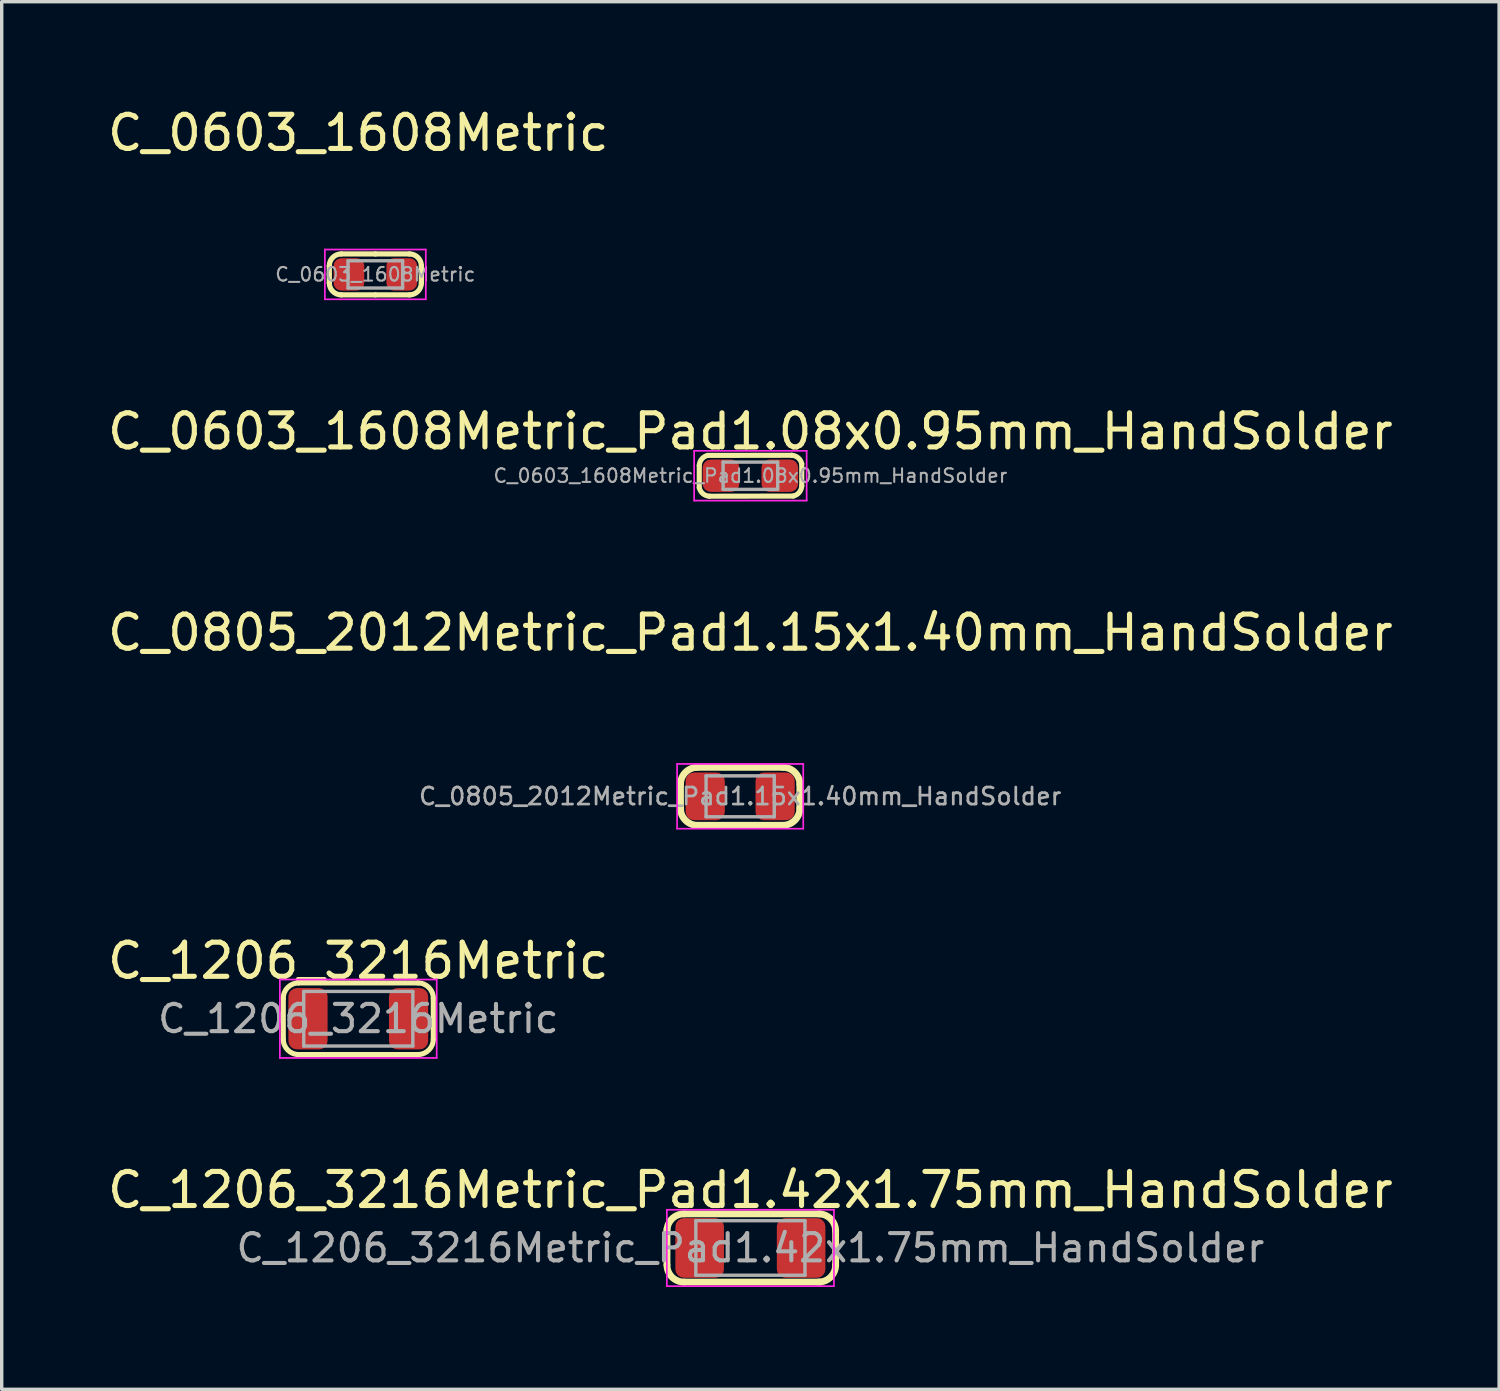
<source format=kicad_pcb>
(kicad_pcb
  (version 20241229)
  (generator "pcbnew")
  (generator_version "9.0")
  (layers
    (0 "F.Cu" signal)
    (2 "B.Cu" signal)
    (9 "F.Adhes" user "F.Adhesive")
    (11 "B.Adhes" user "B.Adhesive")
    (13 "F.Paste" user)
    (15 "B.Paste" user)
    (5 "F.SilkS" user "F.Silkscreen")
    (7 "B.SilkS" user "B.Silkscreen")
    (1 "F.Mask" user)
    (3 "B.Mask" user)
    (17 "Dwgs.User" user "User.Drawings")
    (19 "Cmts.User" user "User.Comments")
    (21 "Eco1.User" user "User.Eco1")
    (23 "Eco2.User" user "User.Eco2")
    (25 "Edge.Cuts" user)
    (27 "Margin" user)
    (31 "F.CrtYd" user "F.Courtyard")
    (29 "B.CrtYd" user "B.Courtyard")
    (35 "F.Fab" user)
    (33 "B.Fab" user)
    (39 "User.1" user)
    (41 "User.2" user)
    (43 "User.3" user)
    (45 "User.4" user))
  (footprint "C_0603_1608Metric"
    (layer "F.Cu")
    (at 7.958 4.998)
    (property "Reference" "C_0603_1608Metric" (at -0.5 -4.15 0) (layer "F.SilkS") (effects (font (size 1 1) (thickness 0.15))))
    (attr smd)
    (fp_line (start -1.35 0) (end -1.35 -0.25) (stroke (width 0.153) (type solid)) (layer "F.SilkS"))
    (fp_line (start -1.35 0) (end -1.35 0.25) (stroke (width 0.153) (type solid)) (layer "F.SilkS"))
    (fp_line (start -1 -0.6) (end 0 -0.6) (stroke (width 0.153) (type solid)) (layer "F.SilkS"))
    (fp_line (start -1 0.6) (end 0 0.6) (stroke (width 0.153) (type solid)) (layer "F.SilkS"))
    (fp_line (start 1 -0.6) (end 0 -0.6) (stroke (width 0.153) (type solid)) (layer "F.SilkS"))
    (fp_line (start 1 0.6) (end 0 0.6) (stroke (width 0.153) (type solid)) (layer "F.SilkS"))
    (fp_line (start 1.35 0) (end 1.35 -0.25) (stroke (width 0.153) (type solid)) (layer "F.SilkS"))
    (fp_line (start 1.35 0) (end 1.35 0.25) (stroke (width 0.153) (type solid)) (layer "F.SilkS"))
    (fp_arc (start -1.35 -0.25) (mid -1.247487 -0.497487) (end -1 -0.6) (stroke (width 0.153) (type solid)) (layer "F.SilkS"))
    (fp_arc (start -1 0.6) (mid -1.247487 0.497487) (end -1.35 0.25) (stroke (width 0.153) (type solid)) (layer "F.SilkS"))
    (fp_arc (start 1 -0.6) (mid 1.247487 -0.497487) (end 1.35 -0.25) (stroke (width 0.153) (type solid)) (layer "F.SilkS"))
    (fp_arc (start 1.35 0.25) (mid 1.247487 0.497487) (end 1 0.6) (stroke (width 0.153) (type solid)) (layer "F.SilkS"))
    (fp_line (start -1.48 -0.73) (end 1.48 -0.73) (stroke (width 0.05) (type solid)) (layer "F.CrtYd"))
    (fp_line (start -1.48 0.73) (end -1.48 -0.73) (stroke (width 0.05) (type solid)) (layer "F.CrtYd"))
    (fp_line (start 1.48 -0.73) (end 1.48 0.73) (stroke (width 0.05) (type solid)) (layer "F.CrtYd"))
    (fp_line (start 1.48 0.73) (end -1.48 0.73) (stroke (width 0.05) (type solid)) (layer "F.CrtYd"))
    (fp_line (start -0.8 -0.4) (end 0.8 -0.4) (stroke (width 0.1) (type solid)) (layer "F.Fab"))
    (fp_line (start -0.8 0.4) (end -0.8 -0.4) (stroke (width 0.1) (type solid)) (layer "F.Fab"))
    (fp_line (start 0.8 -0.4) (end 0.8 0.4) (stroke (width 0.1) (type solid)) (layer "F.Fab"))
    (fp_line (start 0.8 0.4) (end -0.8 0.4) (stroke (width 0.1) (type solid)) (layer "F.Fab"))
    (fp_text user "${REFERENCE}" (at 0 0 0) (layer "F.Fab") (effects (font (size 0.4 0.4) (thickness 0.06))))
    (pad "1" smd roundrect (at -0.775 0) (size 0.9 0.95) (layers "F.Cu" "F.Mask" "F.Paste") (roundrect_rratio 0.25))
    (pad "2" smd roundrect (at 0.775 0) (size 0.9 0.95) (layers "F.Cu" "F.Mask" "F.Paste") (roundrect_rratio 0.25)))
  (footprint "C_1206_3216Metric_Pad1.42x1.75mm_HandSolder"
    (layer "F.Cu")
    (at 18.958 33.551)
    (property "Reference" "C_1206_3216Metric_Pad1.42x1.75mm_HandSolder" (at 0 -1.7 0) (layer "F.SilkS") (effects (font (size 1 1) (thickness 0.15))))
    (attr smd)
    (fp_line (start -2.446 0.5) (end -2.446 -0.554) (stroke (width 0.2) (type solid)) (layer "F.SilkS"))
    (fp_line (start -1.946 -1) (end 2.05 -1) (stroke (width 0.2) (type solid)) (layer "F.SilkS"))
    (fp_line (start -1.946 1) (end 2.05 1) (stroke (width 0.2) (type solid)) (layer "F.SilkS"))
    (fp_line (start 2.5 0.5) (end 2.5 -0.5) (stroke (width 0.2) (type solid)) (layer "F.SilkS"))
    (fp_arc (start -2.446447 -0.5) (mid -2.3 -0.853553) (end -1.946447 -1) (stroke (width 0.2) (type solid)) (layer "F.SilkS"))
    (fp_arc (start -1.946447 1) (mid -2.3 0.853553) (end -2.446447 0.5) (stroke (width 0.2) (type solid)) (layer "F.SilkS"))
    (fp_arc (start 2 -1) (mid 2.353553 -0.853553) (end 2.5 -0.5) (stroke (width 0.2) (type solid)) (layer "F.SilkS"))
    (fp_arc (start 2.5 0.5) (mid 2.353555 0.853556) (end 2 1) (stroke (width 0.2) (type solid)) (layer "F.SilkS"))
    (fp_line (start -2.45 -1.12) (end 2.45 -1.12) (stroke (width 0.05) (type solid)) (layer "F.CrtYd"))
    (fp_line (start -2.45 1.12) (end -2.45 -1.12) (stroke (width 0.05) (type solid)) (layer "F.CrtYd"))
    (fp_line (start 2.45 -1.12) (end 2.45 1.12) (stroke (width 0.05) (type solid)) (layer "F.CrtYd"))
    (fp_line (start 2.45 1.12) (end -2.45 1.12) (stroke (width 0.05) (type solid)) (layer "F.CrtYd"))
    (fp_line (start -1.6 -0.8) (end 1.6 -0.8) (stroke (width 0.1) (type solid)) (layer "F.Fab"))
    (fp_line (start -1.6 0.8) (end -1.6 -0.8) (stroke (width 0.1) (type solid)) (layer "F.Fab"))
    (fp_line (start 1.6 -0.8) (end 1.6 0.8) (stroke (width 0.1) (type solid)) (layer "F.Fab"))
    (fp_line (start 1.6 0.8) (end -1.6 0.8) (stroke (width 0.1) (type solid)) (layer "F.Fab"))
    (fp_text user "${REFERENCE}" (at 0 0 0) (layer "F.Fab") (effects (font (size 0.8 0.8) (thickness 0.12))))
    (pad "1" smd roundrect (at -1.488 0) (size 1.425 1.75) (layers "F.Cu" "F.Mask" "F.Paste") (roundrect_rratio 0.175))
    (pad "2" smd roundrect (at 1.488 0) (size 1.425 1.75) (layers "F.Cu" "F.Mask" "F.Paste") (roundrect_rratio 0.175)))
  (footprint "C_1206_3216Metric"
    (layer "F.Cu")
    (at 7.458 26.828)
    (property "Reference" "C_1206_3216Metric" (at 0 -1.7 0) (layer "F.SilkS") (effects (font (size 1 1) (thickness 0.15))))
    (attr smd)
    (fp_line (start -2.2 0.6) (end -2.2 -0.6) (stroke (width 0.15) (type solid)) (layer "F.SilkS"))
    (fp_line (start -1.75 -1.05) (end 1.75 -1.05) (stroke (width 0.15) (type solid)) (layer "F.SilkS"))
    (fp_line (start 1.75 1.05) (end -1.75 1.05) (stroke (width 0.15) (type solid)) (layer "F.SilkS"))
    (fp_line (start 2.2 0.6) (end 2.2 -0.6) (stroke (width 0.15) (type solid)) (layer "F.SilkS"))
    (fp_arc (start -2.2 -0.6) (mid -2.068198 -0.918198) (end -1.75 -1.05) (stroke (width 0.15) (type solid)) (layer "F.SilkS"))
    (fp_arc (start -1.75 1.05) (mid -2.068198 0.918198) (end -2.2 0.6) (stroke (width 0.15) (type solid)) (layer "F.SilkS"))
    (fp_arc (start 1.75 -1.05) (mid 2.068198 -0.918198) (end 2.2 -0.6) (stroke (width 0.15) (type solid)) (layer "F.SilkS"))
    (fp_arc (start 2.2 0.6) (mid 2.068198 0.918198) (end 1.75 1.05) (stroke (width 0.15) (type solid)) (layer "F.SilkS"))
    (fp_line (start -2.3 -1.15) (end 2.3 -1.15) (stroke (width 0.05) (type solid)) (layer "F.CrtYd"))
    (fp_line (start -2.3 1.15) (end -2.3 -1.15) (stroke (width 0.05) (type solid)) (layer "F.CrtYd"))
    (fp_line (start 2.3 -1.15) (end 2.3 1.15) (stroke (width 0.05) (type solid)) (layer "F.CrtYd"))
    (fp_line (start 2.3 1.15) (end -2.3 1.15) (stroke (width 0.05) (type solid)) (layer "F.CrtYd"))
    (fp_line (start -1.6 -0.8) (end 1.6 -0.8) (stroke (width 0.1) (type solid)) (layer "F.Fab"))
    (fp_line (start -1.6 0.8) (end -1.6 -0.8) (stroke (width 0.1) (type solid)) (layer "F.Fab"))
    (fp_line (start 1.6 -0.8) (end 1.6 0.8) (stroke (width 0.1) (type solid)) (layer "F.Fab"))
    (fp_line (start 1.6 0.8) (end -1.6 0.8) (stroke (width 0.1) (type solid)) (layer "F.Fab"))
    (fp_text user "${REFERENCE}" (at 0 0 0) (layer "F.Fab") (effects (font (size 0.8 0.8) (thickness 0.12))))
    (pad "1" smd roundrect (at -1.475 0) (size 1.15 1.8) (layers "F.Cu" "F.Mask" "F.Paste") (roundrect_rratio 0.217))
    (pad "2" smd roundrect (at 1.475 0) (size 1.15 1.8) (layers "F.Cu" "F.Mask" "F.Paste") (roundrect_rratio 0.217)))
  (footprint "C_0805_2012Metric_Pad1.15x1.40mm_HandSolder"
    (layer "F.Cu")
    (at 18.658 20.305)
    (property "Reference" "C_0805_2012Metric_Pad1.15x1.40mm_HandSolder" (at 0.3 -4.8 0) (layer "F.SilkS") (effects (font (size 1 1) (thickness 0.15))))
    (attr smd)
    (fp_line (start -1.75 0.35) (end -1.75 -0.35) (stroke (width 0.2) (type solid)) (layer "F.SilkS"))
    (fp_line (start -1.25 -0.85) (end 1.25 -0.85) (stroke (width 0.2) (type solid)) (layer "F.SilkS"))
    (fp_line (start -1.25 0.85) (end 1.25 0.85) (stroke (width 0.2) (type solid)) (layer "F.SilkS"))
    (fp_line (start 1.75 0.35) (end 1.75 -0.35) (stroke (width 0.2) (type solid)) (layer "F.SilkS"))
    (fp_arc (start -1.75 -0.35) (mid -1.603553 -0.703553) (end -1.25 -0.85) (stroke (width 0.2) (type solid)) (layer "F.SilkS"))
    (fp_arc (start -1.25 0.85) (mid -1.603553 0.703553) (end -1.75 0.35) (stroke (width 0.2) (type solid)) (layer "F.SilkS"))
    (fp_arc (start 1.25 -0.85) (mid 1.603553 -0.703553) (end 1.75 -0.35) (stroke (width 0.2) (type solid)) (layer "F.SilkS"))
    (fp_arc (start 1.75 0.35) (mid 1.603553 0.703553) (end 1.25 0.85) (stroke (width 0.2) (type solid)) (layer "F.SilkS"))
    (fp_line (start -1.85 -0.95) (end 1.85 -0.95) (stroke (width 0.05) (type solid)) (layer "F.CrtYd"))
    (fp_line (start -1.85 0.95) (end -1.85 -0.95) (stroke (width 0.05) (type solid)) (layer "F.CrtYd"))
    (fp_line (start 1.85 -0.95) (end 1.85 0.95) (stroke (width 0.05) (type solid)) (layer "F.CrtYd"))
    (fp_line (start 1.85 0.95) (end -1.85 0.95) (stroke (width 0.05) (type solid)) (layer "F.CrtYd"))
    (fp_line (start -1 -0.6) (end 1 -0.6) (stroke (width 0.1) (type solid)) (layer "F.Fab"))
    (fp_line (start -1 0.6) (end -1 -0.6) (stroke (width 0.1) (type solid)) (layer "F.Fab"))
    (fp_line (start 1 -0.6) (end 1 0.6) (stroke (width 0.1) (type solid)) (layer "F.Fab"))
    (fp_line (start 1 0.6) (end -1 0.6) (stroke (width 0.1) (type solid)) (layer "F.Fab"))
    (fp_text user "${REFERENCE}" (at 0 0 0) (layer "F.Fab") (effects (font (size 0.5 0.5) (thickness 0.08))))
    (pad "1" smd roundrect (at -1.025 0) (size 1.15 1.4) (layers "F.Cu" "F.Mask" "F.Paste") (roundrect_rratio 0.217))
    (pad "2" smd roundrect (at 1.025 0) (size 1.15 1.4) (layers "F.Cu" "F.Mask" "F.Paste") (roundrect_rratio 0.217)))
  (footprint "C_0603_1608Metric_Pad1.08x0.95mm_HandSolder"
    (layer "F.Cu")
    (at 18.958 10.902)
    (property "Reference" "C_0603_1608Metric_Pad1.08x0.95mm_HandSolder" (at 0 -1.3 0) (layer "F.SilkS") (effects (font (size 1 1) (thickness 0.15))))
    (attr smd)
    (fp_line (start -1.5 -0.3) (end -1.5 0.35) (stroke (width 0.15) (type solid)) (layer "F.SilkS"))
    (fp_line (start -1.249 -0.596) (end 1.209 -0.6) (stroke (width 0.15) (type solid)) (layer "F.SilkS"))
    (fp_line (start -1.204 0.601) (end 1.255 0.597) (stroke (width 0.15) (type solid)) (layer "F.SilkS"))
    (fp_line (start 1.506 -0.349) (end 1.506 0.301) (stroke (width 0.15) (type solid)) (layer "F.SilkS"))
    (fp_arc (start -1.5 -0.3) (mid -1.424848 -0.490571) (end -1.249497 -0.596482) (stroke (width 0.15) (type solid)) (layer "F.SilkS"))
    (fp_arc (start -1.203518 0.600503) (mid -1.394089 0.525351) (end -1.5 0.35) (stroke (width 0.15) (type solid)) (layer "F.SilkS"))
    (fp_arc (start 1.209429 -0.6) (mid 1.4 -0.524848) (end 1.505911 -0.349497) (stroke (width 0.15) (type solid)) (layer "F.SilkS"))
    (fp_arc (start 1.505911 0.300503) (mid 1.430759 0.491074) (end 1.255408 0.596985) (stroke (width 0.15) (type solid)) (layer "F.SilkS"))
    (fp_line (start -1.65 -0.73) (end 1.65 -0.73) (stroke (width 0.05) (type solid)) (layer "F.CrtYd"))
    (fp_line (start -1.65 0.73) (end -1.65 -0.73) (stroke (width 0.05) (type solid)) (layer "F.CrtYd"))
    (fp_line (start 1.65 -0.73) (end 1.65 0.73) (stroke (width 0.05) (type solid)) (layer "F.CrtYd"))
    (fp_line (start 1.65 0.73) (end -1.65 0.73) (stroke (width 0.05) (type solid)) (layer "F.CrtYd"))
    (fp_line (start -0.8 -0.4) (end 0.8 -0.4) (stroke (width 0.1) (type solid)) (layer "F.Fab"))
    (fp_line (start -0.8 0.4) (end -0.8 -0.4) (stroke (width 0.1) (type solid)) (layer "F.Fab"))
    (fp_line (start 0.8 -0.4) (end 0.8 0.4) (stroke (width 0.1) (type solid)) (layer "F.Fab"))
    (fp_line (start 0.8 0.4) (end -0.8 0.4) (stroke (width 0.1) (type solid)) (layer "F.Fab"))
    (fp_text user "${REFERENCE}" (at 0 0 0) (layer "F.Fab") (effects (font (size 0.4 0.4) (thickness 0.06))))
    (pad "1" smd roundrect (at -0.863 0) (size 1.075 0.95) (layers "F.Cu" "F.Mask" "F.Paste") (roundrect_rratio 0.25))
    (pad "2" smd roundrect (at 0.863 0) (size 1.075 0.95) (layers "F.Cu" "F.Mask" "F.Paste") (roundrect_rratio 0.25)))
  (gr_rect
    (start -3 -3)
    (end 40.917 37.696)
    (stroke (width 0.1) (type default))
    (fill no)
    (layer "Edge.Cuts")))
</source>
